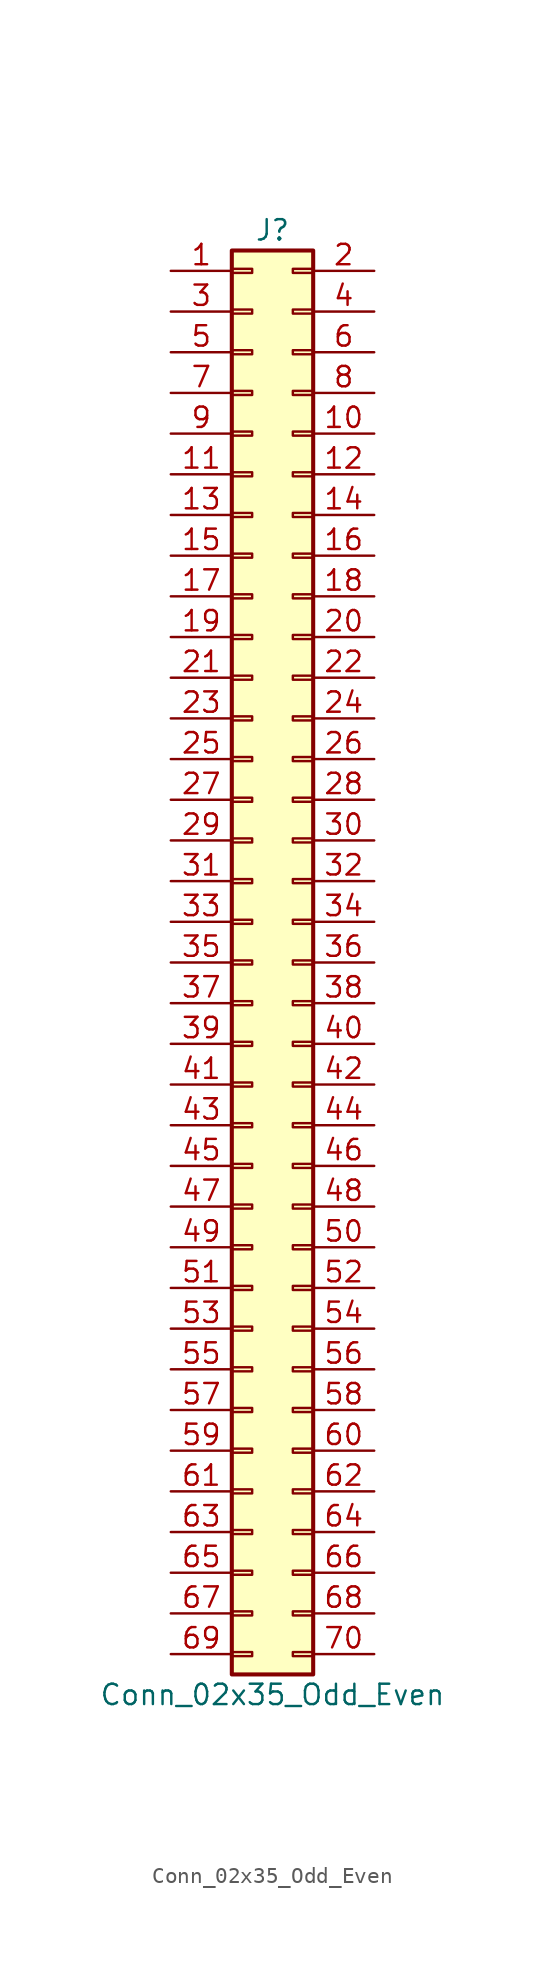
<source format=kicad_sym>
(kicad_symbol_lib
  (version 20220914)
  (generator kicad_symbol_editor)
  (symbol "Conn_02x35_Odd_Even"
    (pin_names
      (offset 1.016) hide)
    (property "Reference" "J"
      (at 1.27 45.72 0)
      (effects (font (size 1.27 1.27))))
    (property "Value" "Conn_02x35_Odd_Even"
      (at 1.27 -45.72 0)
      (effects (font (size 1.27 1.27))))
    (symbol "Conn_02x35_Odd_Even_1_1"
      (rectangle (start -1.27 -43.053) (end 0 -43.307) (stroke (width 0.152) (type default)) (fill (type none)))
      (rectangle (start -1.27 -40.513) (end 0 -40.767) (stroke (width 0.152) (type default)) (fill (type none)))
      (rectangle (start -1.27 -37.973) (end 0 -38.227) (stroke (width 0.152) (type default)) (fill (type none)))
      (rectangle (start -1.27 -35.433) (end 0 -35.687) (stroke (width 0.152) (type default)) (fill (type none)))
      (rectangle (start -1.27 -32.893) (end 0 -33.147) (stroke (width 0.152) (type default)) (fill (type none)))
      (rectangle (start -1.27 -30.353) (end 0 -30.607) (stroke (width 0.152) (type default)) (fill (type none)))
      (rectangle (start -1.27 -27.813) (end 0 -28.067) (stroke (width 0.152) (type default)) (fill (type none)))
      (rectangle (start -1.27 -25.273) (end 0 -25.527) (stroke (width 0.152) (type default)) (fill (type none)))
      (rectangle (start -1.27 -22.733) (end 0 -22.987) (stroke (width 0.152) (type default)) (fill (type none)))
      (rectangle (start -1.27 -20.193) (end 0 -20.447) (stroke (width 0.152) (type default)) (fill (type none)))
      (rectangle (start -1.27 -17.653) (end 0 -17.907) (stroke (width 0.152) (type default)) (fill (type none)))
      (rectangle (start -1.27 -15.113) (end 0 -15.367) (stroke (width 0.152) (type default)) (fill (type none)))
      (rectangle (start -1.27 -12.573) (end 0 -12.827) (stroke (width 0.152) (type default)) (fill (type none)))
      (rectangle (start -1.27 -10.033) (end 0 -10.287) (stroke (width 0.152) (type default)) (fill (type none)))
      (rectangle (start -1.27 -7.493) (end 0 -7.747) (stroke (width 0.152) (type default)) (fill (type none)))
      (rectangle (start -1.27 -4.953) (end 0 -5.207) (stroke (width 0.152) (type default)) (fill (type none)))
      (rectangle (start -1.27 -2.413) (end 0 -2.667) (stroke (width 0.152) (type default)) (fill (type none)))
      (rectangle (start -1.27 0.127) (end 0 -0.127) (stroke (width 0.152) (type default)) (fill (type none)))
      (rectangle (start -1.27 2.667) (end 0 2.413) (stroke (width 0.152) (type default)) (fill (type none)))
      (rectangle (start -1.27 5.207) (end 0 4.953) (stroke (width 0.152) (type default)) (fill (type none)))
      (rectangle (start -1.27 7.747) (end 0 7.493) (stroke (width 0.152) (type default)) (fill (type none)))
      (rectangle (start -1.27 10.287) (end 0 10.033) (stroke (width 0.152) (type default)) (fill (type none)))
      (rectangle (start -1.27 12.827) (end 0 12.573) (stroke (width 0.152) (type default)) (fill (type none)))
      (rectangle (start -1.27 15.367) (end 0 15.113) (stroke (width 0.152) (type default)) (fill (type none)))
      (rectangle (start -1.27 17.907) (end 0 17.653) (stroke (width 0.152) (type default)) (fill (type none)))
      (rectangle (start -1.27 20.447) (end 0 20.193) (stroke (width 0.152) (type default)) (fill (type none)))
      (rectangle (start -1.27 22.987) (end 0 22.733) (stroke (width 0.152) (type default)) (fill (type none)))
      (rectangle (start -1.27 25.527) (end 0 25.273) (stroke (width 0.152) (type default)) (fill (type none)))
      (rectangle (start -1.27 28.067) (end 0 27.813) (stroke (width 0.152) (type default)) (fill (type none)))
      (rectangle (start -1.27 30.607) (end 0 30.353) (stroke (width 0.152) (type default)) (fill (type none)))
      (rectangle (start -1.27 33.147) (end 0 32.893) (stroke (width 0.152) (type default)) (fill (type none)))
      (rectangle (start -1.27 35.687) (end 0 35.433) (stroke (width 0.152) (type default)) (fill (type none)))
      (rectangle (start -1.27 38.227) (end 0 37.973) (stroke (width 0.152) (type default)) (fill (type none)))
      (rectangle (start -1.27 40.767) (end 0 40.513) (stroke (width 0.152) (type default)) (fill (type none)))
      (rectangle (start -1.27 43.307) (end 0 43.053) (stroke (width 0.152) (type default)) (fill (type none)))
      (rectangle (start -1.27 44.45) (end 3.81 -44.45) (stroke (width 0.254) (type default)) (fill (type background)))
      (rectangle (start 3.81 -43.053) (end 2.54 -43.307) (stroke (width 0.152) (type default)) (fill (type none)))
      (rectangle (start 3.81 -40.513) (end 2.54 -40.767) (stroke (width 0.152) (type default)) (fill (type none)))
      (rectangle (start 3.81 -37.973) (end 2.54 -38.227) (stroke (width 0.152) (type default)) (fill (type none)))
      (rectangle (start 3.81 -35.433) (end 2.54 -35.687) (stroke (width 0.152) (type default)) (fill (type none)))
      (rectangle (start 3.81 -32.893) (end 2.54 -33.147) (stroke (width 0.152) (type default)) (fill (type none)))
      (rectangle (start 3.81 -30.353) (end 2.54 -30.607) (stroke (width 0.152) (type default)) (fill (type none)))
      (rectangle (start 3.81 -27.813) (end 2.54 -28.067) (stroke (width 0.152) (type default)) (fill (type none)))
      (rectangle (start 3.81 -25.273) (end 2.54 -25.527) (stroke (width 0.152) (type default)) (fill (type none)))
      (rectangle (start 3.81 -22.733) (end 2.54 -22.987) (stroke (width 0.152) (type default)) (fill (type none)))
      (rectangle (start 3.81 -20.193) (end 2.54 -20.447) (stroke (width 0.152) (type default)) (fill (type none)))
      (rectangle (start 3.81 -17.653) (end 2.54 -17.907) (stroke (width 0.152) (type default)) (fill (type none)))
      (rectangle (start 3.81 -15.113) (end 2.54 -15.367) (stroke (width 0.152) (type default)) (fill (type none)))
      (rectangle (start 3.81 -12.573) (end 2.54 -12.827) (stroke (width 0.152) (type default)) (fill (type none)))
      (rectangle (start 3.81 -10.033) (end 2.54 -10.287) (stroke (width 0.152) (type default)) (fill (type none)))
      (rectangle (start 3.81 -7.493) (end 2.54 -7.747) (stroke (width 0.152) (type default)) (fill (type none)))
      (rectangle (start 3.81 -4.953) (end 2.54 -5.207) (stroke (width 0.152) (type default)) (fill (type none)))
      (rectangle (start 3.81 -2.413) (end 2.54 -2.667) (stroke (width 0.152) (type default)) (fill (type none)))
      (rectangle (start 3.81 0.127) (end 2.54 -0.127) (stroke (width 0.152) (type default)) (fill (type none)))
      (rectangle (start 3.81 2.667) (end 2.54 2.413) (stroke (width 0.152) (type default)) (fill (type none)))
      (rectangle (start 3.81 5.207) (end 2.54 4.953) (stroke (width 0.152) (type default)) (fill (type none)))
      (rectangle (start 3.81 7.747) (end 2.54 7.493) (stroke (width 0.152) (type default)) (fill (type none)))
      (rectangle (start 3.81 10.287) (end 2.54 10.033) (stroke (width 0.152) (type default)) (fill (type none)))
      (rectangle (start 3.81 12.827) (end 2.54 12.573) (stroke (width 0.152) (type default)) (fill (type none)))
      (rectangle (start 3.81 15.367) (end 2.54 15.113) (stroke (width 0.152) (type default)) (fill (type none)))
      (rectangle (start 3.81 17.907) (end 2.54 17.653) (stroke (width 0.152) (type default)) (fill (type none)))
      (rectangle (start 3.81 20.447) (end 2.54 20.193) (stroke (width 0.152) (type default)) (fill (type none)))
      (rectangle (start 3.81 22.987) (end 2.54 22.733) (stroke (width 0.152) (type default)) (fill (type none)))
      (rectangle (start 3.81 25.527) (end 2.54 25.273) (stroke (width 0.152) (type default)) (fill (type none)))
      (rectangle (start 3.81 28.067) (end 2.54 27.813) (stroke (width 0.152) (type default)) (fill (type none)))
      (rectangle (start 3.81 30.607) (end 2.54 30.353) (stroke (width 0.152) (type default)) (fill (type none)))
      (rectangle (start 3.81 33.147) (end 2.54 32.893) (stroke (width 0.152) (type default)) (fill (type none)))
      (rectangle (start 3.81 35.687) (end 2.54 35.433) (stroke (width 0.152) (type default)) (fill (type none)))
      (rectangle (start 3.81 38.227) (end 2.54 37.973) (stroke (width 0.152) (type default)) (fill (type none)))
      (rectangle (start 3.81 40.767) (end 2.54 40.513) (stroke (width 0.152) (type default)) (fill (type none)))
      (rectangle (start 3.81 43.307) (end 2.54 43.053) (stroke (width 0.152) (type default)) (fill (type none)))
      (pin passive line (at -5.08 43.18 0) (length 3.81) (name "Pin_1" (effects (font (size 1.27 1.27)))) (number "1" (effects (font (size 1.27 1.27)))))
      (pin passive line (at 7.62 33.02 180) (length 3.81) (name "Pin_10" (effects (font (size 1.27 1.27)))) (number "10" (effects (font (size 1.27 1.27)))))
      (pin passive line (at -5.08 30.48 0) (length 3.81) (name "Pin_11" (effects (font (size 1.27 1.27)))) (number "11" (effects (font (size 1.27 1.27)))))
      (pin passive line (at 7.62 30.48 180) (length 3.81) (name "Pin_12" (effects (font (size 1.27 1.27)))) (number "12" (effects (font (size 1.27 1.27)))))
      (pin passive line (at -5.08 27.94 0) (length 3.81) (name "Pin_13" (effects (font (size 1.27 1.27)))) (number "13" (effects (font (size 1.27 1.27)))))
      (pin passive line (at 7.62 27.94 180) (length 3.81) (name "Pin_14" (effects (font (size 1.27 1.27)))) (number "14" (effects (font (size 1.27 1.27)))))
      (pin passive line (at -5.08 25.4 0) (length 3.81) (name "Pin_15" (effects (font (size 1.27 1.27)))) (number "15" (effects (font (size 1.27 1.27)))))
      (pin passive line (at 7.62 25.4 180) (length 3.81) (name "Pin_16" (effects (font (size 1.27 1.27)))) (number "16" (effects (font (size 1.27 1.27)))))
      (pin passive line (at -5.08 22.86 0) (length 3.81) (name "Pin_17" (effects (font (size 1.27 1.27)))) (number "17" (effects (font (size 1.27 1.27)))))
      (pin passive line (at 7.62 22.86 180) (length 3.81) (name "Pin_18" (effects (font (size 1.27 1.27)))) (number "18" (effects (font (size 1.27 1.27)))))
      (pin passive line (at -5.08 20.32 0) (length 3.81) (name "Pin_19" (effects (font (size 1.27 1.27)))) (number "19" (effects (font (size 1.27 1.27)))))
      (pin passive line (at 7.62 43.18 180) (length 3.81) (name "Pin_2" (effects (font (size 1.27 1.27)))) (number "2" (effects (font (size 1.27 1.27)))))
      (pin passive line (at 7.62 20.32 180) (length 3.81) (name "Pin_20" (effects (font (size 1.27 1.27)))) (number "20" (effects (font (size 1.27 1.27)))))
      (pin passive line (at -5.08 17.78 0) (length 3.81) (name "Pin_21" (effects (font (size 1.27 1.27)))) (number "21" (effects (font (size 1.27 1.27)))))
      (pin passive line (at 7.62 17.78 180) (length 3.81) (name "Pin_22" (effects (font (size 1.27 1.27)))) (number "22" (effects (font (size 1.27 1.27)))))
      (pin passive line (at -5.08 15.24 0) (length 3.81) (name "Pin_23" (effects (font (size 1.27 1.27)))) (number "23" (effects (font (size 1.27 1.27)))))
      (pin passive line (at 7.62 15.24 180) (length 3.81) (name "Pin_24" (effects (font (size 1.27 1.27)))) (number "24" (effects (font (size 1.27 1.27)))))
      (pin passive line (at -5.08 12.7 0) (length 3.81) (name "Pin_25" (effects (font (size 1.27 1.27)))) (number "25" (effects (font (size 1.27 1.27)))))
      (pin passive line (at 7.62 12.7 180) (length 3.81) (name "Pin_26" (effects (font (size 1.27 1.27)))) (number "26" (effects (font (size 1.27 1.27)))))
      (pin passive line (at -5.08 10.16 0) (length 3.81) (name "Pin_27" (effects (font (size 1.27 1.27)))) (number "27" (effects (font (size 1.27 1.27)))))
      (pin passive line (at 7.62 10.16 180) (length 3.81) (name "Pin_28" (effects (font (size 1.27 1.27)))) (number "28" (effects (font (size 1.27 1.27)))))
      (pin passive line (at -5.08 7.62 0) (length 3.81) (name "Pin_29" (effects (font (size 1.27 1.27)))) (number "29" (effects (font (size 1.27 1.27)))))
      (pin passive line (at -5.08 40.64 0) (length 3.81) (name "Pin_3" (effects (font (size 1.27 1.27)))) (number "3" (effects (font (size 1.27 1.27)))))
      (pin passive line (at 7.62 7.62 180) (length 3.81) (name "Pin_30" (effects (font (size 1.27 1.27)))) (number "30" (effects (font (size 1.27 1.27)))))
      (pin passive line (at -5.08 5.08 0) (length 3.81) (name "Pin_31" (effects (font (size 1.27 1.27)))) (number "31" (effects (font (size 1.27 1.27)))))
      (pin passive line (at 7.62 5.08 180) (length 3.81) (name "Pin_32" (effects (font (size 1.27 1.27)))) (number "32" (effects (font (size 1.27 1.27)))))
      (pin passive line (at -5.08 2.54 0) (length 3.81) (name "Pin_33" (effects (font (size 1.27 1.27)))) (number "33" (effects (font (size 1.27 1.27)))))
      (pin passive line (at 7.62 2.54 180) (length 3.81) (name "Pin_34" (effects (font (size 1.27 1.27)))) (number "34" (effects (font (size 1.27 1.27)))))
      (pin passive line (at -5.08 0 0) (length 3.81) (name "Pin_35" (effects (font (size 1.27 1.27)))) (number "35" (effects (font (size 1.27 1.27)))))
      (pin passive line (at 7.62 0 180) (length 3.81) (name "Pin_36" (effects (font (size 1.27 1.27)))) (number "36" (effects (font (size 1.27 1.27)))))
      (pin passive line (at -5.08 -2.54 0) (length 3.81) (name "Pin_37" (effects (font (size 1.27 1.27)))) (number "37" (effects (font (size 1.27 1.27)))))
      (pin passive line (at 7.62 -2.54 180) (length 3.81) (name "Pin_38" (effects (font (size 1.27 1.27)))) (number "38" (effects (font (size 1.27 1.27)))))
      (pin passive line (at -5.08 -5.08 0) (length 3.81) (name "Pin_39" (effects (font (size 1.27 1.27)))) (number "39" (effects (font (size 1.27 1.27)))))
      (pin passive line (at 7.62 40.64 180) (length 3.81) (name "Pin_4" (effects (font (size 1.27 1.27)))) (number "4" (effects (font (size 1.27 1.27)))))
      (pin passive line (at 7.62 -5.08 180) (length 3.81) (name "Pin_40" (effects (font (size 1.27 1.27)))) (number "40" (effects (font (size 1.27 1.27)))))
      (pin passive line (at -5.08 -7.62 0) (length 3.81) (name "Pin_41" (effects (font (size 1.27 1.27)))) (number "41" (effects (font (size 1.27 1.27)))))
      (pin passive line (at 7.62 -7.62 180) (length 3.81) (name "Pin_42" (effects (font (size 1.27 1.27)))) (number "42" (effects (font (size 1.27 1.27)))))
      (pin passive line (at -5.08 -10.16 0) (length 3.81) (name "Pin_43" (effects (font (size 1.27 1.27)))) (number "43" (effects (font (size 1.27 1.27)))))
      (pin passive line (at 7.62 -10.16 180) (length 3.81) (name "Pin_44" (effects (font (size 1.27 1.27)))) (number "44" (effects (font (size 1.27 1.27)))))
      (pin passive line (at -5.08 -12.7 0) (length 3.81) (name "Pin_45" (effects (font (size 1.27 1.27)))) (number "45" (effects (font (size 1.27 1.27)))))
      (pin passive line (at 7.62 -12.7 180) (length 3.81) (name "Pin_46" (effects (font (size 1.27 1.27)))) (number "46" (effects (font (size 1.27 1.27)))))
      (pin passive line (at -5.08 -15.24 0) (length 3.81) (name "Pin_47" (effects (font (size 1.27 1.27)))) (number "47" (effects (font (size 1.27 1.27)))))
      (pin passive line (at 7.62 -15.24 180) (length 3.81) (name "Pin_48" (effects (font (size 1.27 1.27)))) (number "48" (effects (font (size 1.27 1.27)))))
      (pin passive line (at -5.08 -17.78 0) (length 3.81) (name "Pin_49" (effects (font (size 1.27 1.27)))) (number "49" (effects (font (size 1.27 1.27)))))
      (pin passive line (at -5.08 38.1 0) (length 3.81) (name "Pin_5" (effects (font (size 1.27 1.27)))) (number "5" (effects (font (size 1.27 1.27)))))
      (pin passive line (at 7.62 -17.78 180) (length 3.81) (name "Pin_50" (effects (font (size 1.27 1.27)))) (number "50" (effects (font (size 1.27 1.27)))))
      (pin passive line (at -5.08 -20.32 0) (length 3.81) (name "Pin_51" (effects (font (size 1.27 1.27)))) (number "51" (effects (font (size 1.27 1.27)))))
      (pin passive line (at 7.62 -20.32 180) (length 3.81) (name "Pin_52" (effects (font (size 1.27 1.27)))) (number "52" (effects (font (size 1.27 1.27)))))
      (pin passive line (at -5.08 -22.86 0) (length 3.81) (name "Pin_53" (effects (font (size 1.27 1.27)))) (number "53" (effects (font (size 1.27 1.27)))))
      (pin passive line (at 7.62 -22.86 180) (length 3.81) (name "Pin_54" (effects (font (size 1.27 1.27)))) (number "54" (effects (font (size 1.27 1.27)))))
      (pin passive line (at -5.08 -25.4 0) (length 3.81) (name "Pin_55" (effects (font (size 1.27 1.27)))) (number "55" (effects (font (size 1.27 1.27)))))
      (pin passive line (at 7.62 -25.4 180) (length 3.81) (name "Pin_56" (effects (font (size 1.27 1.27)))) (number "56" (effects (font (size 1.27 1.27)))))
      (pin passive line (at -5.08 -27.94 0) (length 3.81) (name "Pin_57" (effects (font (size 1.27 1.27)))) (number "57" (effects (font (size 1.27 1.27)))))
      (pin passive line (at 7.62 -27.94 180) (length 3.81) (name "Pin_58" (effects (font (size 1.27 1.27)))) (number "58" (effects (font (size 1.27 1.27)))))
      (pin passive line (at -5.08 -30.48 0) (length 3.81) (name "Pin_59" (effects (font (size 1.27 1.27)))) (number "59" (effects (font (size 1.27 1.27)))))
      (pin passive line (at 7.62 38.1 180) (length 3.81) (name "Pin_6" (effects (font (size 1.27 1.27)))) (number "6" (effects (font (size 1.27 1.27)))))
      (pin passive line (at 7.62 -30.48 180) (length 3.81) (name "Pin_60" (effects (font (size 1.27 1.27)))) (number "60" (effects (font (size 1.27 1.27)))))
      (pin passive line (at -5.08 -33.02 0) (length 3.81) (name "Pin_61" (effects (font (size 1.27 1.27)))) (number "61" (effects (font (size 1.27 1.27)))))
      (pin passive line (at 7.62 -33.02 180) (length 3.81) (name "Pin_62" (effects (font (size 1.27 1.27)))) (number "62" (effects (font (size 1.27 1.27)))))
      (pin passive line (at -5.08 -35.56 0) (length 3.81) (name "Pin_63" (effects (font (size 1.27 1.27)))) (number "63" (effects (font (size 1.27 1.27)))))
      (pin passive line (at 7.62 -35.56 180) (length 3.81) (name "Pin_64" (effects (font (size 1.27 1.27)))) (number "64" (effects (font (size 1.27 1.27)))))
      (pin passive line (at -5.08 -38.1 0) (length 3.81) (name "Pin_65" (effects (font (size 1.27 1.27)))) (number "65" (effects (font (size 1.27 1.27)))))
      (pin passive line (at 7.62 -38.1 180) (length 3.81) (name "Pin_66" (effects (font (size 1.27 1.27)))) (number "66" (effects (font (size 1.27 1.27)))))
      (pin passive line (at -5.08 -40.64 0) (length 3.81) (name "Pin_67" (effects (font (size 1.27 1.27)))) (number "67" (effects (font (size 1.27 1.27)))))
      (pin passive line (at 7.62 -40.64 180) (length 3.81) (name "Pin_68" (effects (font (size 1.27 1.27)))) (number "68" (effects (font (size 1.27 1.27)))))
      (pin passive line (at -5.08 -43.18 0) (length 3.81) (name "Pin_69" (effects (font (size 1.27 1.27)))) (number "69" (effects (font (size 1.27 1.27)))))
      (pin passive line (at -5.08 35.56 0) (length 3.81) (name "Pin_7" (effects (font (size 1.27 1.27)))) (number "7" (effects (font (size 1.27 1.27)))))
      (pin passive line (at 7.62 -43.18 180) (length 3.81) (name "Pin_70" (effects (font (size 1.27 1.27)))) (number "70" (effects (font (size 1.27 1.27)))))
      (pin passive line (at 7.62 35.56 180) (length 3.81) (name "Pin_8" (effects (font (size 1.27 1.27)))) (number "8" (effects (font (size 1.27 1.27)))))
      (pin passive line (at -5.08 33.02 0) (length 3.81) (name "Pin_9" (effects (font (size 1.27 1.27)))) (number "9" (effects (font (size 1.27 1.27))))))))
</source>
